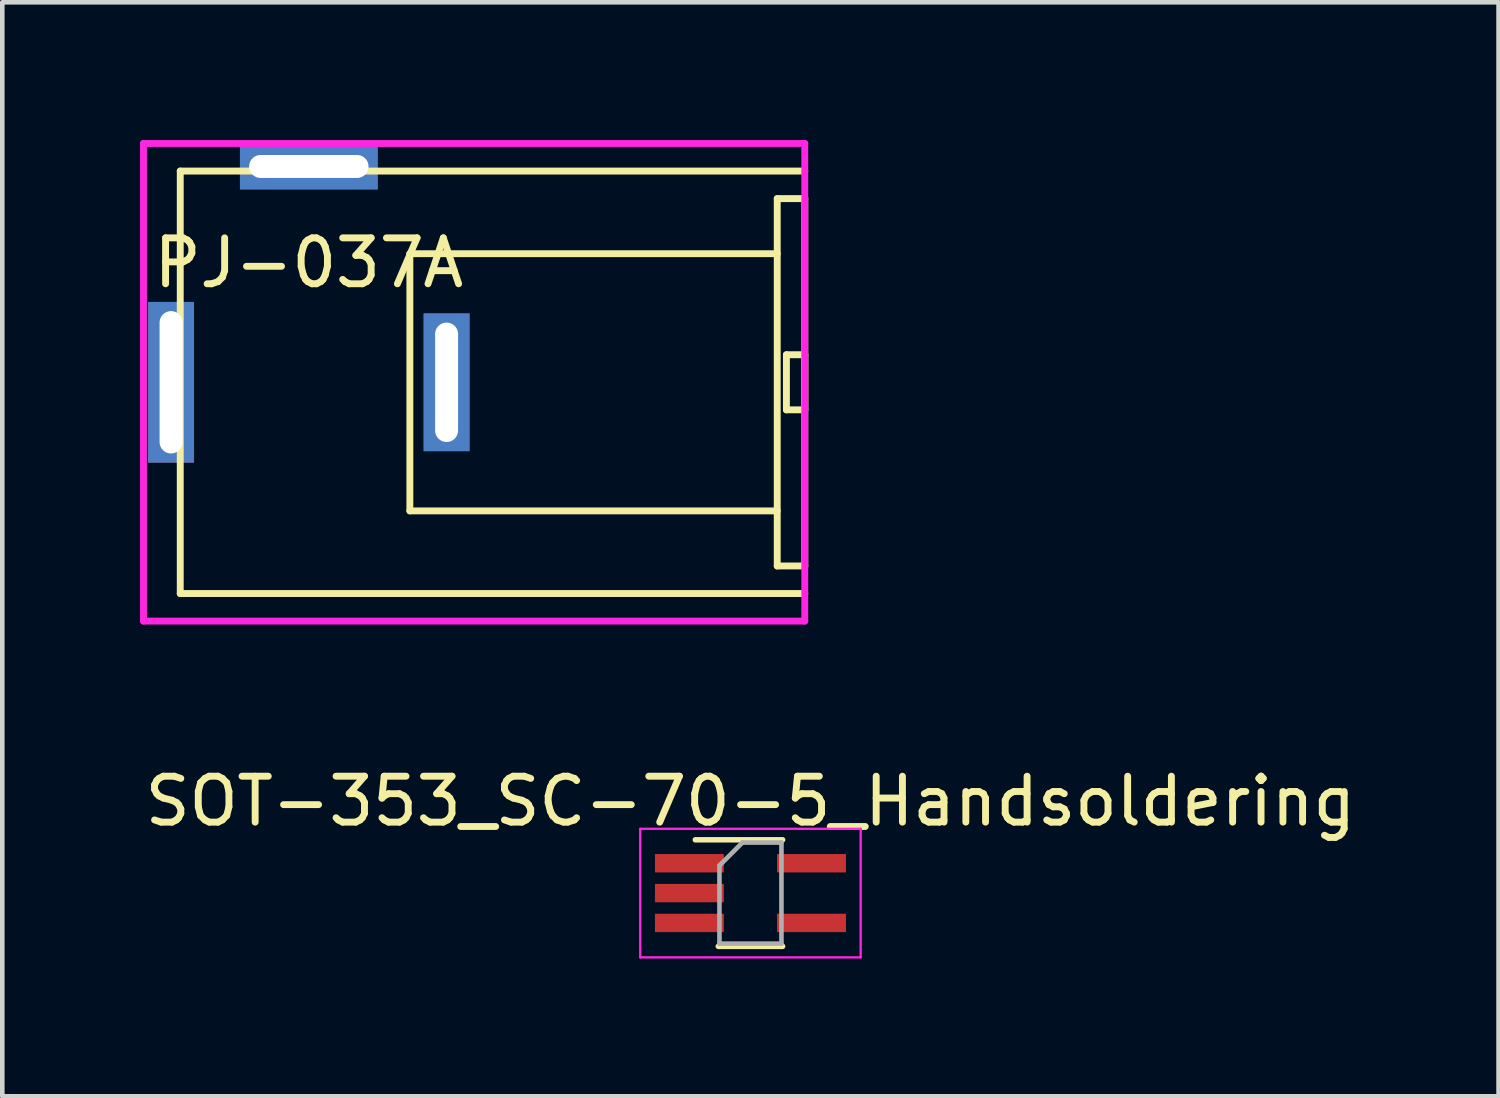
<source format=kicad_pcb>
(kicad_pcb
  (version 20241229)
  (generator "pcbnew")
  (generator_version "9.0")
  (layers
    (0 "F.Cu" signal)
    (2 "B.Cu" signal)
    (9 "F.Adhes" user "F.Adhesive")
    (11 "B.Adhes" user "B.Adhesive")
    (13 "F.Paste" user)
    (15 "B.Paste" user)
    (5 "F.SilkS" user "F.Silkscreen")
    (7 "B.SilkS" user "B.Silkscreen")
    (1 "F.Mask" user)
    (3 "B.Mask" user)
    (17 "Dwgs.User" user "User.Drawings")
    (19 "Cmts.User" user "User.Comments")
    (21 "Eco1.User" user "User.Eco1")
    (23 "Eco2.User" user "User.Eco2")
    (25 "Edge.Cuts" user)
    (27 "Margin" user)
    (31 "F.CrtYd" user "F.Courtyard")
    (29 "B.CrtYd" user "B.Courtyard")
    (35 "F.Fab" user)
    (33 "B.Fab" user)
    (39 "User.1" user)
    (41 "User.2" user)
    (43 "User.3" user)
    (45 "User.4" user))
  (footprint "PJ-037A"
    (layer "F.Cu")
    (at 3.675 5.275)
    (property "Reference" "PJ-037A" (at 0 -2.6 180) (layer "F.SilkS") (effects (font (size 1 1) (thickness 0.15))))
    (attr through_hole)
    (fp_line (start -2.8 -4.6) (end -2.8 4.6) (stroke (width 0.15) (type solid)) (layer "F.SilkS"))
    (fp_line (start -2.8 4.6) (end 10.8 4.6) (stroke (width 0.15) (type solid)) (layer "F.SilkS"))
    (fp_line (start 2.2 -2.8) (end 2.2 2.8) (stroke (width 0.15) (type solid)) (layer "F.SilkS"))
    (fp_line (start 2.2 2.8) (end 10.2 2.8) (stroke (width 0.15) (type solid)) (layer "F.SilkS"))
    (fp_line (start 10.2 -4) (end 10.2 4) (stroke (width 0.15) (type solid)) (layer "F.SilkS"))
    (fp_line (start 10.2 -2.8) (end 2.2 -2.8) (stroke (width 0.15) (type solid)) (layer "F.SilkS"))
    (fp_line (start 10.2 4) (end 10.8 4) (stroke (width 0.15) (type solid)) (layer "F.SilkS"))
    (fp_line (start 10.4 -0.6) (end 10.4 0.6) (stroke (width 0.15) (type solid)) (layer "F.SilkS"))
    (fp_line (start 10.4 0.6) (end 10.8 0.6) (stroke (width 0.15) (type solid)) (layer "F.SilkS"))
    (fp_line (start 10.8 -4.6) (end -2.8 -4.6) (stroke (width 0.15) (type solid)) (layer "F.SilkS"))
    (fp_line (start 10.8 -4) (end 10.2 -4) (stroke (width 0.15) (type solid)) (layer "F.SilkS"))
    (fp_line (start 10.8 -0.6) (end 10.4 -0.6) (stroke (width 0.15) (type solid)) (layer "F.SilkS"))
    (fp_line (start 10.8 0.6) (end 10.8 -0.6) (stroke (width 0.15) (type solid)) (layer "F.SilkS"))
    (fp_line (start 10.8 4) (end 10.8 -4) (stroke (width 0.15) (type solid)) (layer "F.SilkS"))
    (fp_line (start -3.6 -5.2) (end -3.6 5.2) (stroke (width 0.15) (type solid)) (layer "F.CrtYd"))
    (fp_line (start -3.6 -5.2) (end 10.8 -5.2) (stroke (width 0.15) (type solid)) (layer "F.CrtYd"))
    (fp_line (start 10.8 -5.2) (end 10.8 5.2) (stroke (width 0.15) (type solid)) (layer "F.CrtYd"))
    (fp_line (start 10.8 5.2) (end -3.6 5.2) (stroke (width 0.15) (type solid)) (layer "F.CrtYd"))
    (pad "1" thru_hole rect (at -3 0) (size 1 3.5) (drill oval 0.5 3.1) (layers "*.Cu" "*.Mask"))
    (pad "2" thru_hole rect (at 3 0) (size 1 3) (drill oval 0.5 2.6) (layers "*.Cu" "*.Mask"))
    (pad "3" thru_hole rect (at 0 -4.7) (size 3 1) (drill oval 2.6 0.5) (layers "*.Cu" "*.Mask")))
  (footprint "SOT-353_SC-70-5_Handsoldering"
    (layer "F.Cu")
    (at 13.292 16.398)
    (property "Reference" "SOT-353_SC-70-5_Handsoldering" (at 0 -2 0) (layer "F.SilkS") (effects (font (size 1 1) (thickness 0.15))))
    (attr smd)
    (fp_line (start -0.7 1.16) (end 0.7 1.16) (stroke (width 0.12) (type solid)) (layer "F.SilkS"))
    (fp_line (start 0.7 -1.16) (end -1.2 -1.16) (stroke (width 0.12) (type solid)) (layer "F.SilkS"))
    (fp_line (start -2.4 -1.4) (end -2.4 1.4) (stroke (width 0.05) (type solid)) (layer "F.CrtYd"))
    (fp_line (start -2.4 -1.4) (end 2.4 -1.4) (stroke (width 0.05) (type solid)) (layer "F.CrtYd"))
    (fp_line (start -2.4 1.4) (end 2.4 1.4) (stroke (width 0.05) (type solid)) (layer "F.CrtYd"))
    (fp_line (start 2.4 1.4) (end 2.4 -1.4) (stroke (width 0.05) (type solid)) (layer "F.CrtYd"))
    (fp_line (start -0.675 -0.6) (end -0.675 1.1) (stroke (width 0.1) (type solid)) (layer "F.Fab"))
    (fp_line (start -0.175 -1.1) (end -0.675 -0.6) (stroke (width 0.1) (type solid)) (layer "F.Fab"))
    (fp_line (start 0.675 -1.1) (end -0.175 -1.1) (stroke (width 0.1) (type solid)) (layer "F.Fab"))
    (fp_line (start 0.675 -1.1) (end 0.675 1.1) (stroke (width 0.1) (type solid)) (layer "F.Fab"))
    (fp_line (start 0.675 1.1) (end -0.675 1.1) (stroke (width 0.1) (type solid)) (layer "F.Fab"))
    (pad "1" smd rect (at -1.33 -0.65) (size 1.5 0.4) (layers "F.Cu" "F.Mask" "F.Paste"))
    (pad "2" smd rect (at -1.33 0) (size 1.5 0.4) (layers "F.Cu" "F.Mask" "F.Paste"))
    (pad "3" smd rect (at -1.33 0.65) (size 1.5 0.4) (layers "F.Cu" "F.Mask" "F.Paste"))
    (pad "4" smd rect (at 1.33 0.65) (size 1.5 0.4) (layers "F.Cu" "F.Mask" "F.Paste"))
    (pad "5" smd rect (at 1.33 -0.65) (size 1.5 0.4) (layers "F.Cu" "F.Mask" "F.Paste")))
  (gr_rect
    (start -3 -3)
    (end 29.583 20.823)
    (stroke (width 0.1) (type default))
    (fill no)
    (layer "Edge.Cuts")))
</source>
